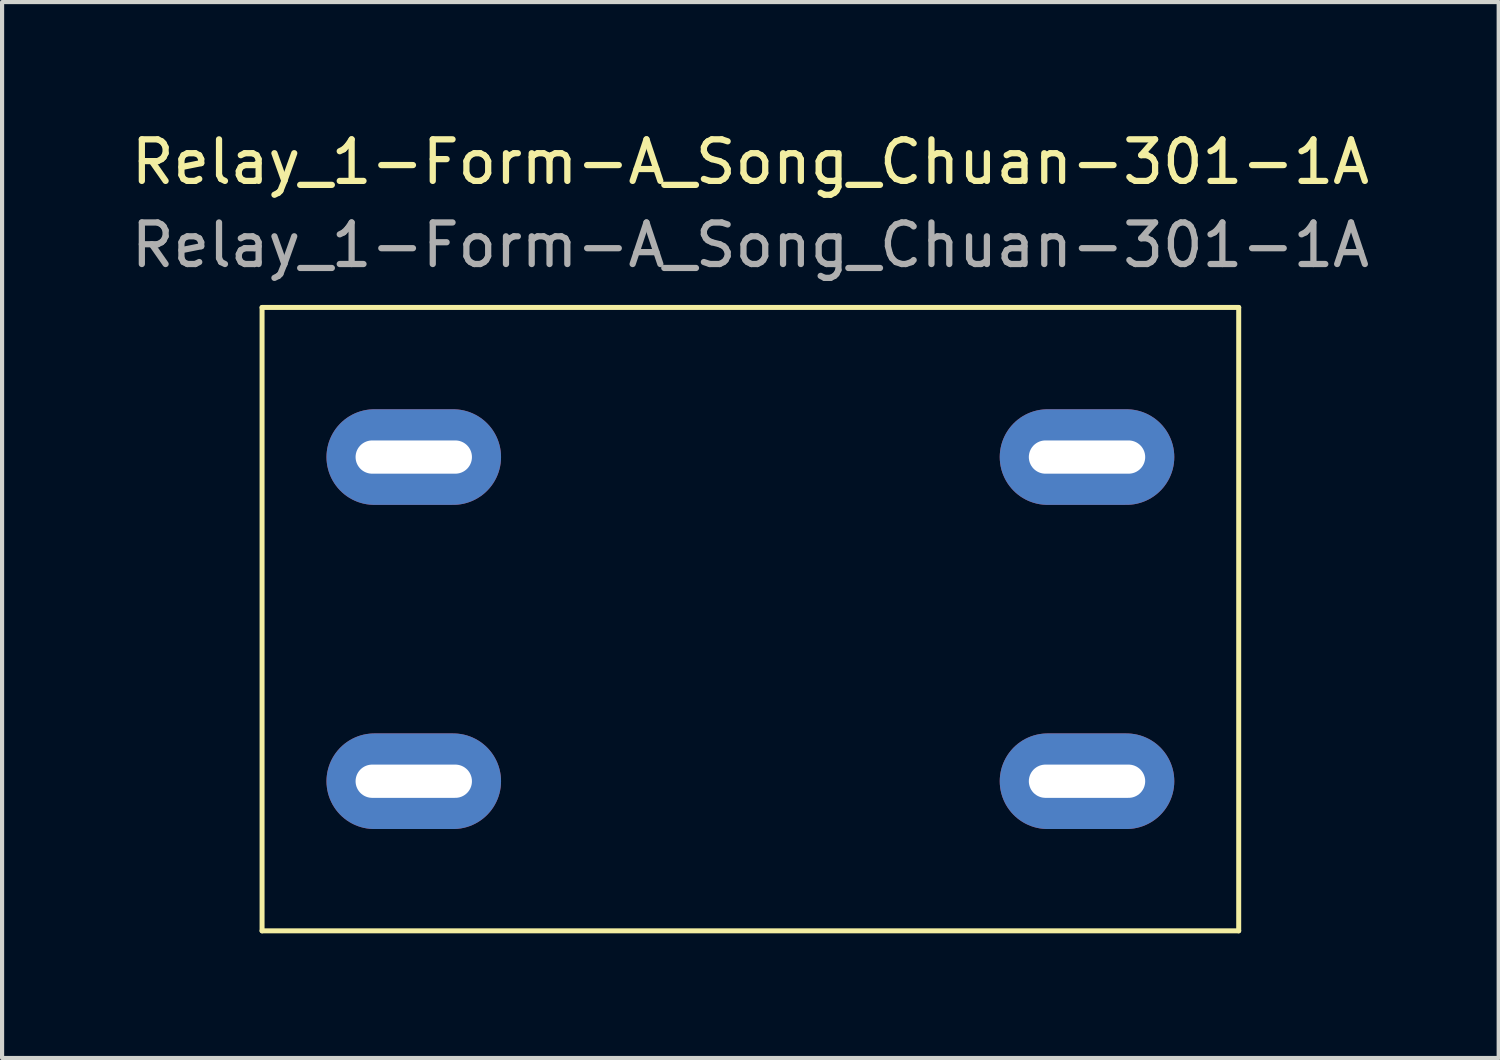
<source format=kicad_pcb>
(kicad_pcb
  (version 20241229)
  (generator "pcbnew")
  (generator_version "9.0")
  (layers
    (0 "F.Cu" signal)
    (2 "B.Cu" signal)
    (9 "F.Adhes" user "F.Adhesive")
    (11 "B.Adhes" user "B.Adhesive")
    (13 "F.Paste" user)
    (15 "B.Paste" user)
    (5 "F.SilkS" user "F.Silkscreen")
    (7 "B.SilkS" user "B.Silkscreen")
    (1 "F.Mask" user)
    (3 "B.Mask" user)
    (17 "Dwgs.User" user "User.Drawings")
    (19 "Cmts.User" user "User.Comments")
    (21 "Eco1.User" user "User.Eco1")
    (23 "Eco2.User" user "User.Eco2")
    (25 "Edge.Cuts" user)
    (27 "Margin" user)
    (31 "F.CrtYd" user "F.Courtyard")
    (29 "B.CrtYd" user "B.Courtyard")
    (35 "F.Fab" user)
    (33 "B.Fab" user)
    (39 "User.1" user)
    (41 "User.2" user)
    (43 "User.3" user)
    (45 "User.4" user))
  (footprint "Relay_1-Form-A_Song_Chuan-301-1A"
    (layer "F.Cu")
    (at 15.006 11.848)
    (property "Reference" "Relay_1-Form-A_Song_Chuan-301-1A" (at 0 -11 0) (layer "F.SilkS") (effects (font (size 1 1) (thickness 0.15))))
    (attr through_hole)
    (fp_line (start -11.75 -7.5) (end -11.75 7.5) (stroke (width 0.12) (type solid)) (layer "F.SilkS"))
    (fp_line (start -11.75 -7.5) (end 11.75 -7.5) (stroke (width 0.12) (type solid)) (layer "F.SilkS"))
    (fp_line (start -11.75 7.5) (end 11.75 7.5) (stroke (width 0.12) (type solid)) (layer "F.SilkS"))
    (fp_line (start 11.75 7.5) (end 11.75 -7.5) (stroke (width 0.12) (type solid)) (layer "F.SilkS"))
    (fp_text user "${REFERENCE}" (at 0 -9 0) (layer "F.Fab") (effects (font (size 1 1) (thickness 0.15))))
    (pad "30" thru_hole oval (at -8.1 -3.9) (size 4.2 2.3) (drill oval 2.8 0.8) (layers "*.Cu" "*.Mask"))
    (pad "85" thru_hole oval (at -8.1 3.9) (size 4.2 2.3) (drill oval 2.8 0.8) (layers "*.Cu" "*.Mask"))
    (pad "86" thru_hole oval (at 8.1 -3.9) (size 4.2 2.3) (drill oval 2.8 0.8) (layers "*.Cu" "*.Mask"))
    (pad "87" thru_hole oval (at 8.1 3.9) (size 4.2 2.3) (drill oval 2.8 0.8) (layers "*.Cu" "*.Mask")))
  (gr_rect
    (start -3 -3)
    (end 33.012 22.408)
    (stroke (width 0.1) (type default))
    (fill no)
    (layer "Edge.Cuts")))
</source>
